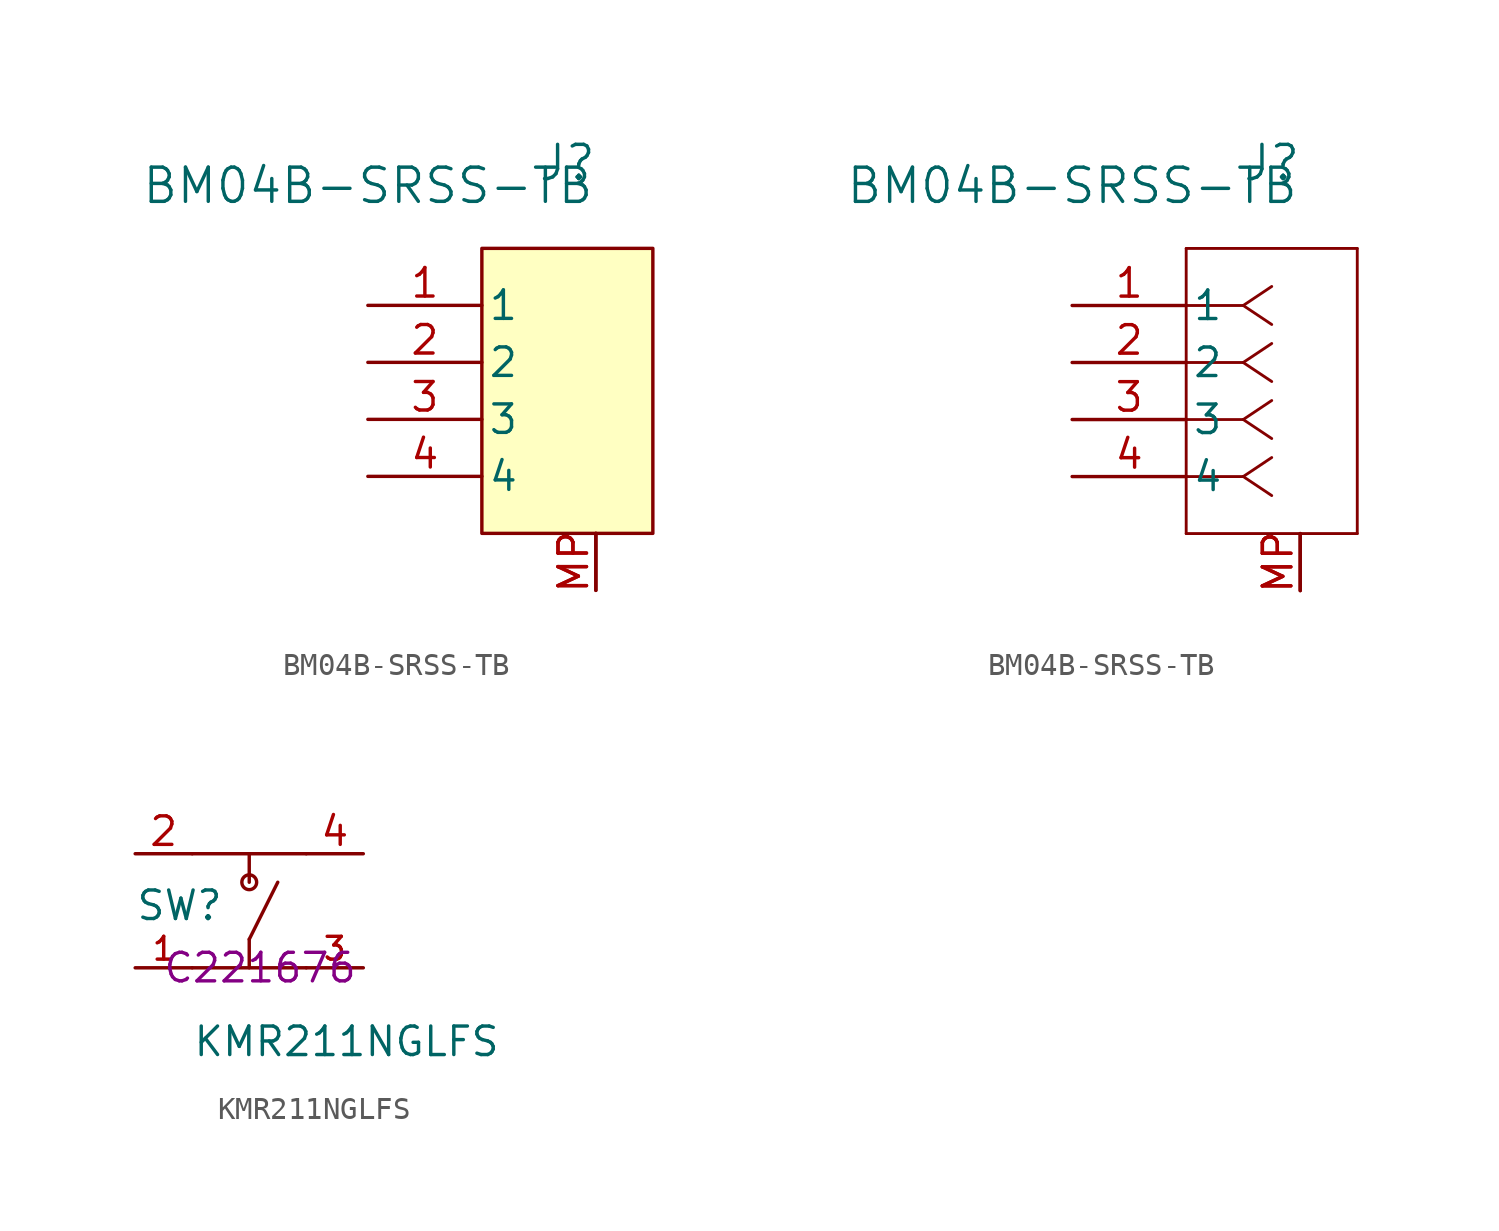
<source format=kicad_sym>
(kicad_symbol_lib
  (version 20231120)
  (generator "kicad_symbol_editor")
  (generator_version "8.0")
  (symbol "BM04B-SRSS-TB"
    (pin_names
      (offset 0.254))
    (property "Reference" "J"
      (at 8.89 6.35 0)
      (effects (font (size 1.524 1.524))))
    (property "Value" "BM04B-SRSS-TB"
      (at 0 5.334 0)
      (effects (font (size 1.524 1.524))))
    (property "ki_locked" ""
      (at 0 0 0)
      (effects (font (size 1.27 1.27))))
    (symbol "BM04B-SRSS-TB_1_0"
      (pin unspecified line (at 10.16 -12.7 90) (length 2.54) (name "" (effects (font (size 1.27 1.27)))) (number "MP" (effects (font (size 1.27 1.27)))))
      (pin unspecified line (at 10.16 -12.7 90) (length 2.54) (name "" (effects (font (size 1.27 1.27)))) (number "MP" (effects (font (size 1.27 1.27))))))
    (symbol "BM04B-SRSS-TB_1_1"
      (rectangle (start 5.08 2.54) (end 12.7 -10.16) (stroke (width 0) (type default)) (fill (type background)))
      (pin unspecified line (at 0 0 0) (length 5.08) (name "1" (effects (font (size 1.27 1.27)))) (number "1" (effects (font (size 1.27 1.27)))))
      (pin unspecified line (at 0 -2.54 0) (length 5.08) (name "2" (effects (font (size 1.27 1.27)))) (number "2" (effects (font (size 1.27 1.27)))))
      (pin unspecified line (at 0 -5.08 0) (length 5.08) (name "3" (effects (font (size 1.27 1.27)))) (number "3" (effects (font (size 1.27 1.27)))))
      (pin unspecified line (at 0 -7.62 0) (length 5.08) (name "4" (effects (font (size 1.27 1.27)))) (number "4" (effects (font (size 1.27 1.27))))))
    (symbol "BM04B-SRSS-TB_1_2"
      (polyline (pts (xy 5.08 -10.16) (xy 12.7 -10.16)) (stroke (width 0.127) (type default)) (fill (type none)))
      (polyline (pts (xy 5.08 2.54) (xy 5.08 -10.16)) (stroke (width 0.127) (type default)) (fill (type none)))
      (polyline (pts (xy 7.62 -7.62) (xy 5.08 -7.62)) (stroke (width 0.127) (type default)) (fill (type none)))
      (polyline (pts (xy 7.62 -7.62) (xy 8.89 -8.467)) (stroke (width 0.127) (type default)) (fill (type none)))
      (polyline (pts (xy 7.62 -7.62) (xy 8.89 -6.773)) (stroke (width 0.127) (type default)) (fill (type none)))
      (polyline (pts (xy 7.62 -5.08) (xy 5.08 -5.08)) (stroke (width 0.127) (type default)) (fill (type none)))
      (polyline (pts (xy 7.62 -5.08) (xy 8.89 -5.927)) (stroke (width 0.127) (type default)) (fill (type none)))
      (polyline (pts (xy 7.62 -5.08) (xy 8.89 -4.233)) (stroke (width 0.127) (type default)) (fill (type none)))
      (polyline (pts (xy 7.62 -2.54) (xy 5.08 -2.54)) (stroke (width 0.127) (type default)) (fill (type none)))
      (polyline (pts (xy 7.62 -2.54) (xy 8.89 -3.387)) (stroke (width 0.127) (type default)) (fill (type none)))
      (polyline (pts (xy 7.62 -2.54) (xy 8.89 -1.693)) (stroke (width 0.127) (type default)) (fill (type none)))
      (polyline (pts (xy 7.62 0) (xy 5.08 0)) (stroke (width 0.127) (type default)) (fill (type none)))
      (polyline (pts (xy 7.62 0) (xy 8.89 -0.847)) (stroke (width 0.127) (type default)) (fill (type none)))
      (polyline (pts (xy 7.62 0) (xy 8.89 0.847)) (stroke (width 0.127) (type default)) (fill (type none)))
      (polyline (pts (xy 12.7 -10.16) (xy 12.7 2.54)) (stroke (width 0.127) (type default)) (fill (type none)))
      (polyline (pts (xy 12.7 2.54) (xy 5.08 2.54)) (stroke (width 0.127) (type default)) (fill (type none)))
      (pin unspecified line (at 0 0 0) (length 5.08) (name "1" (effects (font (size 1.27 1.27)))) (number "1" (effects (font (size 1.27 1.27)))))
      (pin unspecified line (at 0 -2.54 0) (length 5.08) (name "2" (effects (font (size 1.27 1.27)))) (number "2" (effects (font (size 1.27 1.27)))))
      (pin unspecified line (at 0 -5.08 0) (length 5.08) (name "3" (effects (font (size 1.27 1.27)))) (number "3" (effects (font (size 1.27 1.27)))))
      (pin unspecified line (at 0 -7.62 0) (length 5.08) (name "4" (effects (font (size 1.27 1.27)))) (number "4" (effects (font (size 1.27 1.27)))))))
  (symbol "KMR211NGLFS"
    (pin_names
      (offset 1.016))
    (property "Reference" "SW"
      (at -5.08 2.032 0)
      (effects (font (size 1.27 1.27)) (justify left bottom)))
    (property "Value" "KMR211NGLFS"
      (at -2.54 -2.54 0)
      (effects (font (size 1.27 1.27)) (justify left top)))
    (property "LCSC" " C221676"
      (at 0 0 0)
      (effects (font (size 1.27 1.27))))
    (symbol "KMR211NGLFS_0_0"
      (polyline (pts (xy 0 0) (xy 0 1.27)) (stroke (width 0.152) (type default)) (fill (type none)))
      (polyline (pts (xy 0 1.27) (xy 1.27 3.81)) (stroke (width 0.152) (type default)) (fill (type none)))
      (polyline (pts (xy 0 3.81) (xy 0 5.08)) (stroke (width 0.152) (type default)) (fill (type none)))
      (polyline (pts (xy 2.54 0) (xy -2.54 0)) (stroke (width 0.152) (type default)) (fill (type none)))
      (polyline (pts (xy 2.54 5.08) (xy -2.54 5.08)) (stroke (width 0.152) (type default)) (fill (type none)))
      (circle (center 0 3.81) (radius 0.33) (stroke (width 0.152) (type default)) (fill (type none)))
      (pin passive line (at -5.08 0 0) (length 2.54) (name "~" (effects (font (size 1.016 1.016)))) (number "1" (effects (font (size 1.016 1.016)))))
      (pin passive line (at -5.08 5.08 0) (length 2.54) (name "" (effects (font (size 1.27 1.27)))) (number "2" (effects (font (size 1.27 1.27)))))
      (pin passive line (at 5.08 0 180) (length 2.54) (name "~" (effects (font (size 1.016 1.016)))) (number "3" (effects (font (size 1.016 1.016)))))
      (pin passive line (at 5.08 5.08 180) (length 2.54) (name "" (effects (font (size 1.27 1.27)))) (number "4" (effects (font (size 1.27 1.27))))))))
</source>
